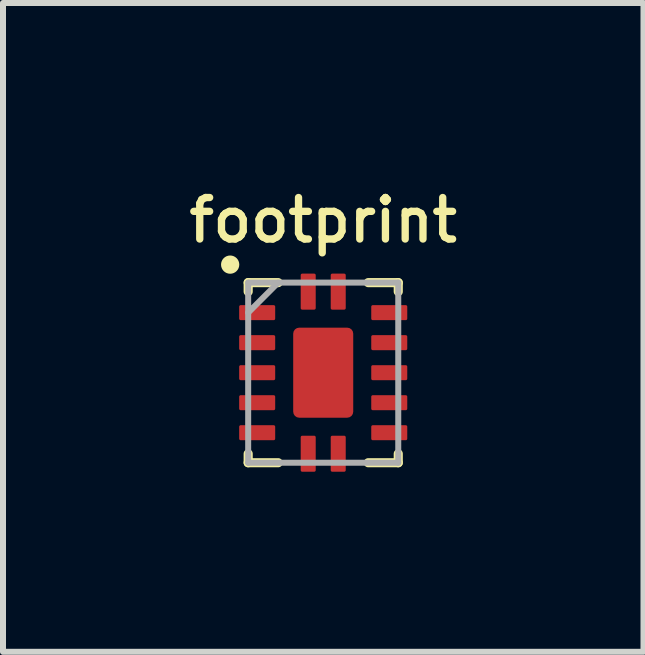
<source format=kicad_pcb>
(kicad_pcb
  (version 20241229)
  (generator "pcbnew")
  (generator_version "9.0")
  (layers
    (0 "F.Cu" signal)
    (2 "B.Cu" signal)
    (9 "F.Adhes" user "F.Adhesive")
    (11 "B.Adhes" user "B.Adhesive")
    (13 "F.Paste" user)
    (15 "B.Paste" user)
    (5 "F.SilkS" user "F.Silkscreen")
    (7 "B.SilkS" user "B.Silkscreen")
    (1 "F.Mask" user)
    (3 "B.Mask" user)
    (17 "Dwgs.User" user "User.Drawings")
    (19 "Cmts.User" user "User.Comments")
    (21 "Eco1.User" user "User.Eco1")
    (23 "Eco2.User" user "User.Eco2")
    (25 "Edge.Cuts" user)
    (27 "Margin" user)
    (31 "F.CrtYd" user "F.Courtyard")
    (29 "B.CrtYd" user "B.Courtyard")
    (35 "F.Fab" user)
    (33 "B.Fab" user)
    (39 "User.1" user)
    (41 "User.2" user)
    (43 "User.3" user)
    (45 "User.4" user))
  (footprint "footprint"
    (layer "F.Cu")
    (at 2.334 3.158)
    (property "Reference" "footprint" (at 0 -2.54 0) (layer "F.SilkS") (effects (font (size 0.691 0.691) (thickness 0.122))))
    (fp_line (start -1.25 -1.5) (end -1.25 -1.35) (stroke (width 0.152) (type solid)) (layer "F.SilkS"))
    (fp_line (start -1.25 -1.5) (end -0.75 -1.5) (stroke (width 0.152) (type solid)) (layer "F.SilkS"))
    (fp_line (start -1.25 1.35) (end -1.25 1.5) (stroke (width 0.152) (type solid)) (layer "F.SilkS"))
    (fp_line (start -1.25 1.5) (end -0.75 1.5) (stroke (width 0.152) (type solid)) (layer "F.SilkS"))
    (fp_line (start 0.75 -1.5) (end 1.25 -1.5) (stroke (width 0.152) (type solid)) (layer "F.SilkS"))
    (fp_line (start 0.75 1.5) (end 1.25 1.5) (stroke (width 0.152) (type solid)) (layer "F.SilkS"))
    (fp_line (start 1.25 -1.5) (end 1.25 -1.35) (stroke (width 0.152) (type solid)) (layer "F.SilkS"))
    (fp_line (start 1.25 1.35) (end 1.25 1.5) (stroke (width 0.152) (type solid)) (layer "F.SilkS"))
    (fp_circle (center -1.55 -1.8) (end -1.474 -1.8) (stroke (width 0.152) (type solid)) (fill no) (layer "F.SilkS"))
    (fp_poly (pts (xy -0.4 -0.2) (xy 0.4 -0.2) (xy 0.4 -0.6) (xy -0.4 -0.6)) (stroke (width 0) (type solid)) (fill yes) (layer "F.Paste"))
    (fp_poly (pts (xy -0.4 0.6) (xy 0.4 0.6) (xy 0.4 0.2) (xy -0.4 0.2)) (stroke (width 0) (type solid)) (fill yes) (layer "F.Paste"))
    (fp_poly (pts (xy -0.863 -1.055) (xy -0.863 -0.945) (xy -0.92 -0.887) (xy -1.33 -0.887) (xy -1.387 -0.945) (xy -1.387 -1.055) (xy -1.33 -1.113) (xy -0.92 -1.113)) (stroke (width 0) (type solid)) (fill yes) (layer "F.Paste"))
    (fp_poly (pts (xy -0.863 -0.555) (xy -0.863 -0.445) (xy -0.92 -0.388) (xy -1.33 -0.388) (xy -1.387 -0.445) (xy -1.387 -0.555) (xy -1.33 -0.613) (xy -0.92 -0.613)) (stroke (width 0) (type solid)) (fill yes) (layer "F.Paste"))
    (fp_poly (pts (xy -0.863 0.445) (xy -0.863 0.555) (xy -0.92 0.613) (xy -1.33 0.613) (xy -1.387 0.555) (xy -1.387 0.445) (xy -1.33 0.388) (xy -0.92 0.388)) (stroke (width 0) (type solid)) (fill yes) (layer "F.Paste"))
    (fp_poly (pts (xy -0.863 0.945) (xy -0.863 1.055) (xy -0.92 1.113) (xy -1.33 1.113) (xy -1.387 1.055) (xy -1.387 0.945) (xy -1.33 0.887) (xy -0.92 0.887)) (stroke (width 0) (type solid)) (fill yes) (layer "F.Paste"))
    (fp_poly (pts (xy -0.138 -1.58) (xy -0.138 -1.17) (xy -0.195 -1.113) (xy -0.305 -1.113) (xy -0.362 -1.17) (xy -0.362 -1.58) (xy -0.305 -1.637) (xy -0.195 -1.637)) (stroke (width 0) (type solid)) (fill yes) (layer "F.Paste"))
    (fp_poly (pts (xy -0.138 1.17) (xy -0.138 1.58) (xy -0.195 1.637) (xy -0.305 1.637) (xy -0.362 1.58) (xy -0.362 1.17) (xy -0.305 1.113) (xy -0.195 1.113)) (stroke (width 0) (type solid)) (fill yes) (layer "F.Paste"))
    (fp_poly (pts (xy 0.362 -1.58) (xy 0.362 -1.17) (xy 0.305 -1.113) (xy 0.195 -1.113) (xy 0.138 -1.17) (xy 0.138 -1.58) (xy 0.195 -1.637) (xy 0.305 -1.637)) (stroke (width 0) (type solid)) (fill yes) (layer "F.Paste"))
    (fp_poly (pts (xy 0.362 1.17) (xy 0.362 1.58) (xy 0.305 1.637) (xy 0.195 1.637) (xy 0.138 1.58) (xy 0.138 1.17) (xy 0.195 1.113) (xy 0.305 1.113)) (stroke (width 0) (type solid)) (fill yes) (layer "F.Paste"))
    (fp_poly (pts (xy 1.387 -1.055) (xy 1.387 -0.945) (xy 1.33 -0.887) (xy 0.92 -0.887) (xy 0.863 -0.945) (xy 0.863 -1.055) (xy 0.92 -1.113) (xy 1.33 -1.113)) (stroke (width 0) (type solid)) (fill yes) (layer "F.Paste"))
    (fp_poly (pts (xy 1.387 -0.555) (xy 1.387 -0.445) (xy 1.33 -0.388) (xy 0.92 -0.388) (xy 0.863 -0.445) (xy 0.863 -0.555) (xy 0.92 -0.613) (xy 1.33 -0.613)) (stroke (width 0) (type solid)) (fill yes) (layer "F.Paste"))
    (fp_poly (pts (xy 1.387 0.445) (xy 1.387 0.555) (xy 1.33 0.613) (xy 0.92 0.613) (xy 0.863 0.555) (xy 0.863 0.445) (xy 0.92 0.388) (xy 1.33 0.388)) (stroke (width 0) (type solid)) (fill yes) (layer "F.Paste"))
    (fp_poly (pts (xy 1.387 0.945) (xy 1.387 1.055) (xy 1.33 1.113) (xy 0.92 1.113) (xy 0.863 1.055) (xy 0.863 0.945) (xy 0.92 0.887) (xy 1.33 0.887)) (stroke (width 0) (type solid)) (fill yes) (layer "F.Paste"))
    (fp_poly (pts (xy -0.912 -0.105) (xy -0.863 -0.055) (xy -0.863 0.037) (xy -0.887 0.037) (xy -0.887 0.05) (xy -0.875 0.05) (xy -0.866 0.059) (xy -0.92 0.113) (xy -1.312 0.113) (xy -1.312 0.087) (xy -1.325 0.087) (xy -1.325 0.1) (xy -1.334 0.109) (xy -1.387 0.055) (xy -1.387 -0.062) (xy -1.38 -0.062) (xy -1.33 -0.113) (xy -0.912 -0.113)) (stroke (width 0) (type solid)) (fill yes) (layer "F.Paste"))
    (fp_poly (pts (xy 1.337 -0.105) (xy 1.387 -0.055) (xy 1.387 0.037) (xy 1.363 0.037) (xy 1.363 0.05) (xy 1.375 0.05) (xy 1.384 0.059) (xy 1.33 0.113) (xy 0.938 0.113) (xy 0.938 0.087) (xy 0.925 0.087) (xy 0.925 0.1) (xy 0.916 0.109) (xy 0.863 0.055) (xy 0.863 -0.062) (xy 0.87 -0.062) (xy 0.92 -0.113) (xy 1.337 -0.113)) (stroke (width 0) (type solid)) (fill yes) (layer "F.Paste"))
    (fp_line (start -1.25 -1.5) (end 1.25 -1.5) (stroke (width 0.1) (type solid)) (layer "F.Fab"))
    (fp_line (start -1.25 -1) (end -0.75 -1.5) (stroke (width 0.1) (type solid)) (layer "F.Fab"))
    (fp_line (start -1.25 1.5) (end -1.25 -1.5) (stroke (width 0.1) (type solid)) (layer "F.Fab"))
    (fp_line (start 1.25 -1.5) (end 1.25 1.5) (stroke (width 0.1) (type solid)) (layer "F.Fab"))
    (fp_line (start 1.25 1.5) (end -1.25 1.5) (stroke (width 0.1) (type solid)) (layer "F.Fab"))
    (pad "1" smd roundrect (at -0.25 -1.35 90) (size 0.6 0.25) (layers "F.Cu" "F.Mask") (roundrect_rratio 0.1))
    (pad "2" smd roundrect (at -1.1 -1) (size 0.6 0.25) (layers "F.Cu" "F.Mask") (roundrect_rratio 0.1))
    (pad "3" smd roundrect (at -1.1 -0.5) (size 0.6 0.25) (layers "F.Cu" "F.Mask") (roundrect_rratio 0.1))
    (pad "4" smd roundrect (at -1.1 0) (size 0.6 0.25) (layers "F.Cu" "F.Mask") (roundrect_rratio 0.1))
    (pad "5" smd roundrect (at -1.1 0.5) (size 0.6 0.25) (layers "F.Cu" "F.Mask") (roundrect_rratio 0.1))
    (pad "6" smd roundrect (at -1.1 1) (size 0.6 0.25) (layers "F.Cu" "F.Mask") (roundrect_rratio 0.1))
    (pad "7" smd roundrect (at -0.25 1.35 90) (size 0.6 0.25) (layers "F.Cu" "F.Mask") (roundrect_rratio 0.1))
    (pad "8" smd roundrect (at 0.25 1.35 90) (size 0.6 0.25) (layers "F.Cu" "F.Mask") (roundrect_rratio 0.1))
    (pad "9" smd roundrect (at 1.1 1) (size 0.6 0.25) (layers "F.Cu" "F.Mask") (roundrect_rratio 0.1))
    (pad "10" smd roundrect (at 1.1 0.5 180) (size 0.6 0.25) (layers "F.Cu" "F.Mask") (roundrect_rratio 0.1))
    (pad "11" smd roundrect (at 1.1 0 180) (size 0.6 0.25) (layers "F.Cu" "F.Mask") (roundrect_rratio 0.1))
    (pad "12" smd roundrect (at 1.1 -0.5 180) (size 0.6 0.25) (layers "F.Cu" "F.Mask") (roundrect_rratio 0.1))
    (pad "13" smd roundrect (at 1.1 -1 180) (size 0.6 0.25) (layers "F.Cu" "F.Mask") (roundrect_rratio 0.1))
    (pad "14" smd roundrect (at 0.25 -1.35 90) (size 0.6 0.25) (layers "F.Cu" "F.Mask") (roundrect_rratio 0.1))
    (pad "EPAD" smd roundrect (at 0 0) (size 1 1.5) (layers "F.Cu" "F.Mask") (roundrect_rratio 0.1)))
  (gr_rect
    (start -3 -3)
    (end 7.669 7.808)
    (stroke (width 0.1) (type default))
    (fill no)
    (layer "Edge.Cuts")))
</source>
